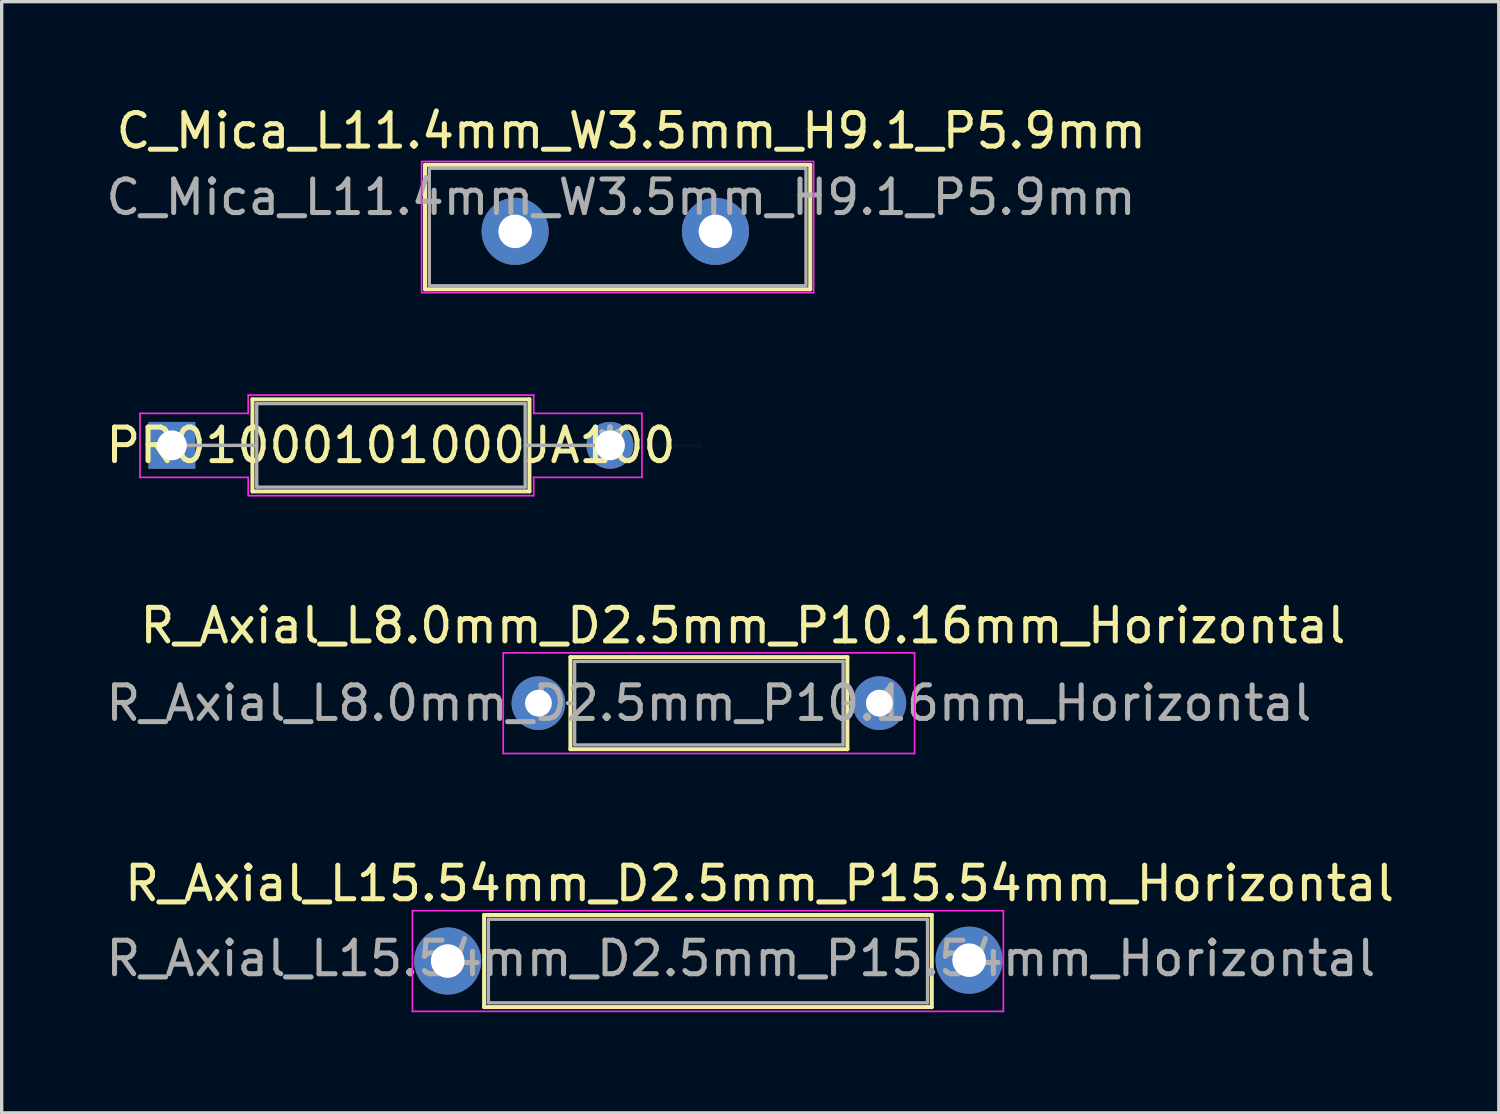
<source format=kicad_pcb>
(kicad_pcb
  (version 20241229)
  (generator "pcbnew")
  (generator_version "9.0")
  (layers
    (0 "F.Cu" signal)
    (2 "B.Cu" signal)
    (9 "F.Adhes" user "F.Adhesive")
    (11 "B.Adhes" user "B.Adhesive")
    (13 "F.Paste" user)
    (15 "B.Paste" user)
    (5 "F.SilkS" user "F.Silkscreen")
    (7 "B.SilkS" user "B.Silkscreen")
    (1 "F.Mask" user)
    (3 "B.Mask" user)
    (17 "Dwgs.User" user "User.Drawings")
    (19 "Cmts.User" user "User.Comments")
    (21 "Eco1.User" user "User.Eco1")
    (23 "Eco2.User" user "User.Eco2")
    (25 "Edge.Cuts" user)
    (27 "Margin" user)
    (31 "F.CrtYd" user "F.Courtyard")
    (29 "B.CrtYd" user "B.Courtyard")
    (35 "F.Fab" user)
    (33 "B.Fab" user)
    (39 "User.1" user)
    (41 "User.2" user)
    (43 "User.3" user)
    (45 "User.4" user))
  (footprint "C_Mica_L11.4mm_W3.5mm_H9.1_P5.9mm"
    (layer "F.Cu")
    (at 12.36 3.845)
    (property "Reference" "C_Mica_L11.4mm_W3.5mm_H9.1_P5.9mm" (at 3.404 -2.997 0) (layer "F.SilkS") (effects (font (size 1 1) (thickness 0.15))))
    (attr through_hole)
    (fp_line (start -2.743 -1.981) (end -2.743 1.727) (stroke (width 0.12) (type solid)) (layer "F.SilkS"))
    (fp_line (start -2.743 -1.981) (end 8.738 -1.981) (stroke (width 0.12) (type solid)) (layer "F.SilkS"))
    (fp_line (start -2.743 1.727) (end 8.738 1.727) (stroke (width 0.12) (type solid)) (layer "F.SilkS"))
    (fp_line (start 8.738 -1.981) (end 8.738 1.727) (stroke (width 0.12) (type solid)) (layer "F.SilkS"))
    (fp_rect (start -2.845 -2.083) (end 8.839 1.829) (stroke (width 0.05) (type solid)) (fill no) (layer "F.CrtYd"))
    (fp_rect (start -2.616 -1.88) (end 8.611 1.62) (stroke (width 0.1) (type solid)) (fill no) (layer "F.Fab"))
    (fp_text user "${REFERENCE}" (at 3.099 -1.016 0) (layer "F.Fab") (effects (font (size 1 1) (thickness 0.15))))
    (pad "1" thru_hole circle (at -0.057 0.000287) (size 2 2) (drill 1) (layers "*.Cu" "*.Mask"))
    (pad "2" thru_hole circle (at 5.912 0.000287) (size 2 2) (drill 1) (layers "*.Cu" "*.Mask")))
  (footprint "R_Axial_L15.54mm_D2.5mm_P15.54mm_Horizontal"
    (layer "F.Cu")
    (at 10.292 25.591)
    (property "Reference" "R_Axial_L15.54mm_D2.5mm_P15.54mm_Horizontal" (at 9.296 -2.311 0) (layer "F.SilkS") (effects (font (size 1 1) (thickness 0.15))))
    (attr through_hole)
    (fp_line (start 1.086 -1.372) (end 1.086 1.372) (stroke (width 0.12) (type solid)) (layer "F.SilkS"))
    (fp_line (start 1.086 1.372) (end 14.427 1.372) (stroke (width 0.12) (type solid)) (layer "F.SilkS"))
    (fp_line (start 14.427 -1.372) (end 1.086 -1.372) (stroke (width 0.12) (type solid)) (layer "F.SilkS"))
    (fp_line (start 14.427 1.372) (end 14.427 -1.372) (stroke (width 0.12) (type solid)) (layer "F.SilkS"))
    (fp_line (start -1.05 -1.5) (end -1.05 1.5) (stroke (width 0.05) (type solid)) (layer "F.CrtYd"))
    (fp_line (start -1.05 1.5) (end 16.561 1.501) (stroke (width 0.05) (type solid)) (layer "F.CrtYd"))
    (fp_line (start 16.561 -1.499) (end -1.05 -1.5) (stroke (width 0.05) (type solid)) (layer "F.CrtYd"))
    (fp_line (start 16.561 1.501) (end 16.561 -1.499) (stroke (width 0.05) (type solid)) (layer "F.CrtYd"))
    (fp_line (start 1.213 -1.245) (end 1.213 1.245) (stroke (width 0.1) (type solid)) (layer "F.Fab"))
    (fp_line (start 1.213 1.245) (end 14.3 1.245) (stroke (width 0.1) (type solid)) (layer "F.Fab"))
    (fp_line (start 14.3 -1.245) (end 1.213 -1.245) (stroke (width 0.1) (type solid)) (layer "F.Fab"))
    (fp_line (start 14.3 1.245) (end 14.3 -1.245) (stroke (width 0.1) (type solid)) (layer "F.Fab"))
    (fp_text user "${REFERENCE}" (at 8.738 -0.076 0) (layer "F.Fab") (effects (font (size 1 1) (thickness 0.15))))
    (pad "1" thru_hole circle (at 0 0) (size 2 2) (drill 1) (layers "*.Cu" "*.Mask"))
    (pad "2" thru_hole circle (at 15.54 -0.025) (size 2 2) (drill 1) (layers "*.Cu" "*.Mask")))
  (footprint "R_Axial_L8.0mm_D2.5mm_P10.16mm_Horizontal"
    (layer "F.Cu")
    (at 12.997 17.906)
    (property "Reference" "R_Axial_L8.0mm_D2.5mm_P10.16mm_Horizontal" (at 6.096 -2.311 0) (layer "F.SilkS") (effects (font (size 1 1) (thickness 0.15))))
    (attr through_hole)
    (fp_line (start 0.885 0) (end 0.953 0) (stroke (width 0.12) (type solid)) (layer "F.SilkS"))
    (fp_line (start 0.953 -1.372) (end 0.953 1.372) (stroke (width 0.12) (type solid)) (layer "F.SilkS"))
    (fp_line (start 0.953 1.372) (end 9.207 1.372) (stroke (width 0.12) (type solid)) (layer "F.SilkS"))
    (fp_line (start 9.207 -1.372) (end 0.953 -1.372) (stroke (width 0.12) (type solid)) (layer "F.SilkS"))
    (fp_line (start 9.207 0) (end 9.275 0) (stroke (width 0.12) (type solid)) (layer "F.SilkS"))
    (fp_line (start 9.207 1.372) (end 9.207 -1.372) (stroke (width 0.12) (type solid)) (layer "F.SilkS"))
    (fp_line (start -1.05 -1.5) (end -1.05 1.5) (stroke (width 0.05) (type solid)) (layer "F.CrtYd"))
    (fp_line (start -1.05 1.5) (end 11.21 1.5) (stroke (width 0.05) (type solid)) (layer "F.CrtYd"))
    (fp_line (start 11.21 -1.5) (end -1.05 -1.5) (stroke (width 0.05) (type solid)) (layer "F.CrtYd"))
    (fp_line (start 11.21 1.5) (end 11.21 -1.5) (stroke (width 0.05) (type solid)) (layer "F.CrtYd"))
    (fp_line (start 0.889 0) (end 1.079 0) (stroke (width 0.1) (type solid)) (layer "F.Fab"))
    (fp_line (start 1.079 -1.245) (end 1.079 1.245) (stroke (width 0.1) (type solid)) (layer "F.Fab"))
    (fp_line (start 1.079 1.245) (end 9.081 1.245) (stroke (width 0.1) (type solid)) (layer "F.Fab"))
    (fp_line (start 9.081 -1.245) (end 1.079 -1.245) (stroke (width 0.1) (type solid)) (layer "F.Fab"))
    (fp_line (start 9.081 1.245) (end 9.081 -1.245) (stroke (width 0.1) (type solid)) (layer "F.Fab"))
    (fp_line (start 9.296 0) (end 9.081 0) (stroke (width 0.1) (type solid)) (layer "F.Fab"))
    (fp_text user "${REFERENCE}" (at 5.08 0 0) (layer "F.Fab") (effects (font (size 1 1) (thickness 0.15))))
    (pad "1" thru_hole circle (at 0 0) (size 1.6 1.6) (drill 0.8) (layers "*.Cu" "*.Mask"))
    (pad "2" thru_hole oval (at 10.16 0) (size 1.6 1.6) (drill 0.8) (layers "*.Cu" "*.Mask")))
  (footprint "PR01000101000JA100"
    (layer "F.Cu")
    (at 15.129 10.223)
    (property "Reference" "PR01000101000JA100" (at -6.528 0 0) (layer "F.SilkS") (effects (font (size 1 1) (thickness 0.15))))
    (attr through_hole)
    (fp_line (start -10.655 -1.372) (end -10.655 1.372) (stroke (width 0.12) (type solid)) (layer "F.SilkS"))
    (fp_line (start -10.655 1.372) (end -2.4 1.372) (stroke (width 0.12) (type solid)) (layer "F.SilkS"))
    (fp_line (start -2.4 -1.372) (end -10.655 -1.372) (stroke (width 0.12) (type solid)) (layer "F.SilkS"))
    (fp_line (start -2.4 1.372) (end -2.4 -1.372) (stroke (width 0.12) (type solid)) (layer "F.SilkS"))
    (fp_line (start -14.008 -0.953) (end -10.782 -0.953) (stroke (width 0.05) (type solid)) (layer "F.CrtYd"))
    (fp_line (start -14.008 0.953) (end -14.008 -0.953) (stroke (width 0.05) (type solid)) (layer "F.CrtYd"))
    (fp_line (start -10.782 -1.499) (end -2.273 -1.499) (stroke (width 0.05) (type solid)) (layer "F.CrtYd"))
    (fp_line (start -10.782 -0.953) (end -10.782 -1.499) (stroke (width 0.05) (type solid)) (layer "F.CrtYd"))
    (fp_line (start -10.782 0.953) (end -14.008 0.953) (stroke (width 0.05) (type solid)) (layer "F.CrtYd"))
    (fp_line (start -10.782 1.499) (end -10.782 0.953) (stroke (width 0.05) (type solid)) (layer "F.CrtYd"))
    (fp_line (start -2.273 -1.499) (end -2.273 -0.953) (stroke (width 0.05) (type solid)) (layer "F.CrtYd"))
    (fp_line (start -2.273 -0.953) (end 0.953 -0.953) (stroke (width 0.05) (type solid)) (layer "F.CrtYd"))
    (fp_line (start -2.273 0.953) (end -2.273 1.499) (stroke (width 0.05) (type solid)) (layer "F.CrtYd"))
    (fp_line (start -2.273 1.499) (end -10.782 1.499) (stroke (width 0.05) (type solid)) (layer "F.CrtYd"))
    (fp_line (start 0.953 -0.953) (end 0.953 0.953) (stroke (width 0.05) (type solid)) (layer "F.CrtYd"))
    (fp_line (start 0.953 0.953) (end -2.273 0.953) (stroke (width 0.05) (type solid)) (layer "F.CrtYd"))
    (fp_line (start -13.056 0) (end -10.528 0) (stroke (width 0.1) (type solid)) (layer "F.Fab"))
    (fp_line (start -10.528 -1.245) (end -10.528 1.245) (stroke (width 0.1) (type solid)) (layer "F.Fab"))
    (fp_line (start -10.528 1.245) (end -2.527 1.245) (stroke (width 0.1) (type solid)) (layer "F.Fab"))
    (fp_line (start -2.527 -1.245) (end -10.528 -1.245) (stroke (width 0.1) (type solid)) (layer "F.Fab"))
    (fp_line (start -2.527 1.245) (end -2.527 -1.245) (stroke (width 0.1) (type solid)) (layer "F.Fab"))
    (fp_line (start 0 0) (end -2.527 0) (stroke (width 0.1) (type solid)) (layer "F.Fab"))
    (fp_text user "*" (at 0 0 0) (layer "F.SilkS") (effects (font (size 1 1) (thickness 0.15))))
    (fp_text user "Copyright 2021 Accelerated Designs. All rights reserved." (at 0 0 0) (layer "Cmts.User") (effects (font (size 0.127 0.127) (thickness 0.002))))
    (fp_text user "*" (at 0 0 0) (layer "F.Fab") (effects (font (size 1 1) (thickness 0.15))))
    (pad "1" thru_hole rect (at -13.056 0) (size 1.397 1.397) (drill 0.889) (layers "*.Cu" "*.Mask"))
    (pad "2" thru_hole circle (at 0 0) (size 1.397 1.397) (drill 0.889) (layers "*.Cu" "*.Mask")))
  (gr_rect
    (start -3 -3)
    (end 41.618 30.117)
    (stroke (width 0.1) (type default))
    (fill no)
    (layer "Edge.Cuts")))
</source>
